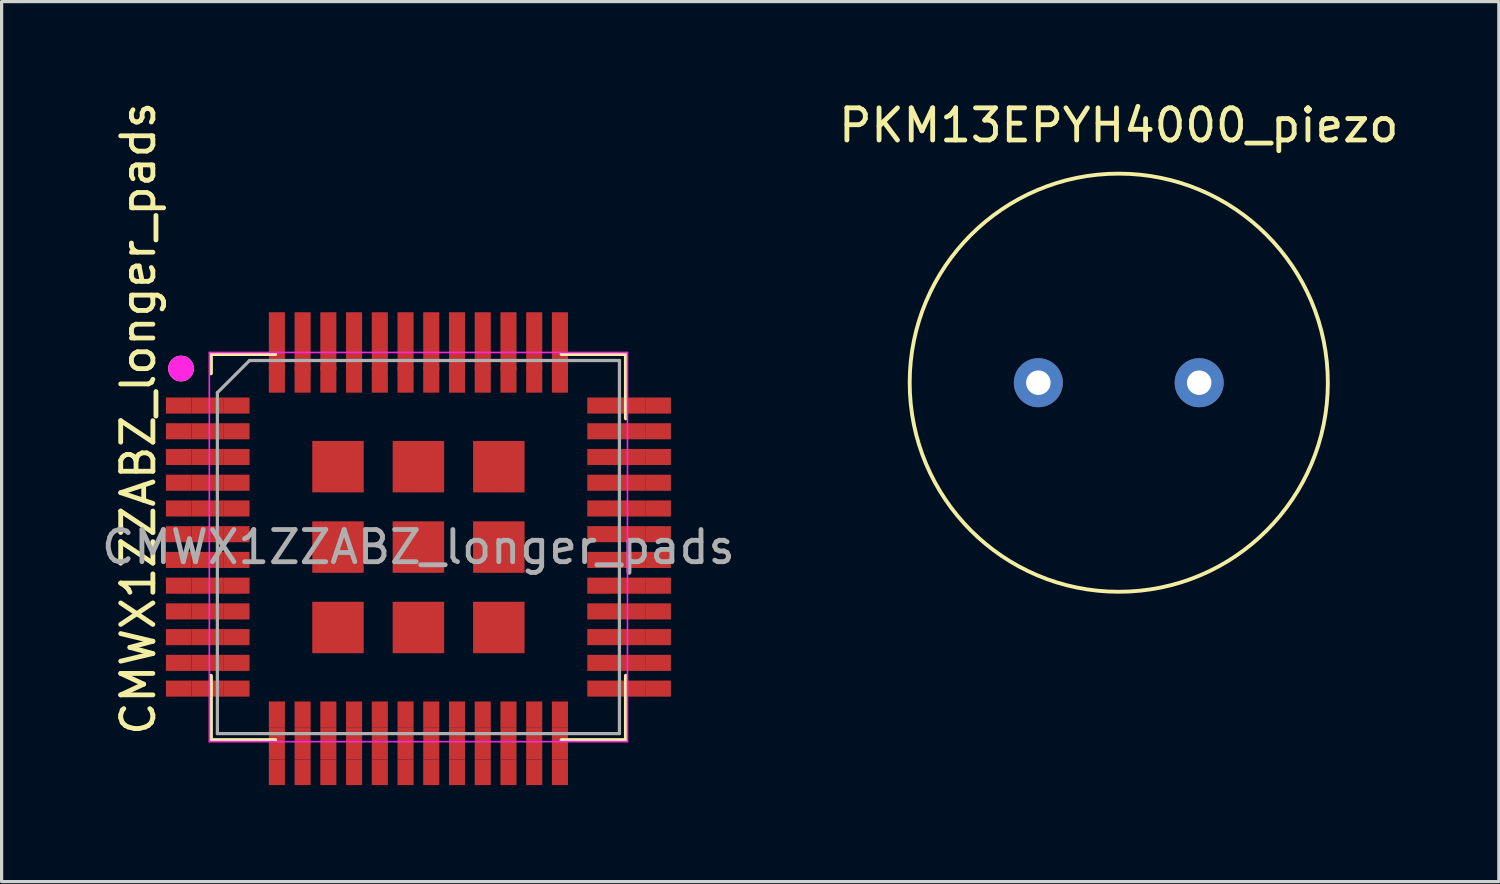
<source format=kicad_pcb>
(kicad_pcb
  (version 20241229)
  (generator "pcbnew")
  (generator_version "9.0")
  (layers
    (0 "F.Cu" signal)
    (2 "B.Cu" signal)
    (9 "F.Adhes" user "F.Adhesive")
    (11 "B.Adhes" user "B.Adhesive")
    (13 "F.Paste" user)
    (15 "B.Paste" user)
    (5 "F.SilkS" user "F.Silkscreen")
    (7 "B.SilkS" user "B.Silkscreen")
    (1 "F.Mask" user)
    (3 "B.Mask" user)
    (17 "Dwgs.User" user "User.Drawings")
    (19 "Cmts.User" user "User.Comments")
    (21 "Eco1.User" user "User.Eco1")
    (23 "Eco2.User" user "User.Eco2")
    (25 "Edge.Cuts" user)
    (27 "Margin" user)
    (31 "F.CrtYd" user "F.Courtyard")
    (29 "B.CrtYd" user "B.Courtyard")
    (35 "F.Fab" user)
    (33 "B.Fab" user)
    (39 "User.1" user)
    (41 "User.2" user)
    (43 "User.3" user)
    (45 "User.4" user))
  (footprint "CMWX1ZZABZ_longer_pads"
    (layer "F.Cu")
    (at 9.958 13.958)
    (property "Reference" "CMWX1ZZABZ_longer_pads" (at -8.71 -4 270) (layer "F.SilkS") (effects (font (size 1 1) (thickness 0.15))))
    (attr smd)
    (fp_line (start -6.45 -6) (end -6.45 -5.4) (stroke (width 0.12) (type solid)) (layer "F.SilkS"))
    (fp_line (start -6.45 -6) (end -4.45 -6) (stroke (width 0.12) (type solid)) (layer "F.SilkS"))
    (fp_line (start -6.45 4) (end -6.45 6) (stroke (width 0.12) (type solid)) (layer "F.SilkS"))
    (fp_line (start -6.45 6) (end -4.45 6) (stroke (width 0.12) (type solid)) (layer "F.SilkS"))
    (fp_line (start 4.45 -6) (end 6.45 -6) (stroke (width 0.12) (type solid)) (layer "F.SilkS"))
    (fp_line (start 4.45 6) (end 6.45 6) (stroke (width 0.12) (type solid)) (layer "F.SilkS"))
    (fp_line (start 6.45 -6) (end 6.45 -4) (stroke (width 0.12) (type solid)) (layer "F.SilkS"))
    (fp_line (start 6.45 4) (end 6.45 6) (stroke (width 0.12) (type solid)) (layer "F.SilkS"))
    (fp_circle (center -7.38 -5.55) (end -7.18 -5.55) (stroke (width 0.4) (type solid)) (fill no) (layer "F.SilkS"))
    (fp_line (start -6.5 -6.05) (end 6.5 -6.05) (stroke (width 0.05) (type solid)) (layer "F.CrtYd"))
    (fp_line (start -6.5 6.05) (end -6.5 -6.05) (stroke (width 0.05) (type solid)) (layer "F.CrtYd"))
    (fp_line (start -6.5 6.05) (end 6.5 6.05) (stroke (width 0.05) (type solid)) (layer "F.CrtYd"))
    (fp_line (start 6.5 -6.05) (end 6.5 6.05) (stroke (width 0.05) (type solid)) (layer "F.CrtYd"))
    (fp_circle (center -7.38 -5.55) (end -7.18 -5.55) (stroke (width 0.4) (type solid)) (fill no) (layer "F.CrtYd"))
    (fp_line (start -6.25 -4.8) (end -6.25 5.8) (stroke (width 0.1) (type solid)) (layer "F.Fab"))
    (fp_line (start -6.25 5.8) (end 6.25 5.8) (stroke (width 0.1) (type solid)) (layer "F.Fab"))
    (fp_line (start -5.25 -5.8) (end -6.25 -4.8) (stroke (width 0.1) (type solid)) (layer "F.Fab"))
    (fp_line (start -5.25 -5.8) (end 6.25 -5.8) (stroke (width 0.1) (type solid)) (layer "F.Fab"))
    (fp_line (start 6.25 -5.8) (end 6.25 5.8) (stroke (width 0.1) (type solid)) (layer "F.Fab"))
    (fp_text user "${REFERENCE}" (at 0 0 0) (layer "F.Fab") (effects (font (size 1 1) (thickness 0.15))))
    (pad "1" smd rect (at -7.45 -4.4) (size 0.8 0.5) (layers "F.Cu" "F.Mask" "F.Paste"))
    (pad "1" connect rect (at -6.55 -4.4) (size 1 0.5) (layers "F.Cu"))
    (pad "1" smd rect (at -5.65 -4.4) (size 0.8 0.5) (layers "F.Cu" "F.Mask" "F.Paste"))
    (pad "2" smd rect (at -7.45 -3.6) (size 0.8 0.5) (layers "F.Cu" "F.Mask" "F.Paste"))
    (pad "2" connect rect (at -6.55 -3.6) (size 1 0.5) (layers "F.Cu"))
    (pad "2" smd rect (at -5.65 -3.6) (size 0.8 0.5) (layers "F.Cu" "F.Mask" "F.Paste"))
    (pad "3" smd rect (at -7.45 -2.8) (size 0.8 0.5) (layers "F.Cu" "F.Mask" "F.Paste"))
    (pad "3" connect rect (at -6.55 -2.8) (size 1 0.5) (layers "F.Cu"))
    (pad "3" smd rect (at -5.65 -2.8) (size 0.8 0.5) (layers "F.Cu" "F.Mask" "F.Paste"))
    (pad "4" smd rect (at -7.45 -2) (size 0.8 0.5) (layers "F.Cu" "F.Mask" "F.Paste"))
    (pad "4" connect rect (at -6.55 -2) (size 1 0.5) (layers "F.Cu"))
    (pad "4" smd rect (at -5.65 -2) (size 0.8 0.5) (layers "F.Cu" "F.Mask" "F.Paste"))
    (pad "5" smd rect (at -7.45 -1.2) (size 0.8 0.5) (layers "F.Cu" "F.Mask" "F.Paste"))
    (pad "5" connect rect (at -6.55 -1.2) (size 1 0.5) (layers "F.Cu"))
    (pad "5" smd rect (at -5.65 -1.2) (size 0.8 0.5) (layers "F.Cu" "F.Mask" "F.Paste"))
    (pad "6" smd rect (at -7.45 -0.4) (size 0.8 0.5) (layers "F.Cu" "F.Mask" "F.Paste"))
    (pad "6" connect rect (at -6.55 -0.4) (size 1 0.5) (layers "F.Cu"))
    (pad "6" smd rect (at -5.65 -0.4) (size 0.8 0.5) (layers "F.Cu" "F.Mask" "F.Paste"))
    (pad "7" smd rect (at -7.45 0.4) (size 0.8 0.5) (layers "F.Cu" "F.Mask" "F.Paste"))
    (pad "7" connect rect (at -6.55 0.4) (size 1 0.5) (layers "F.Cu"))
    (pad "7" smd rect (at -5.65 0.4) (size 0.8 0.5) (layers "F.Cu" "F.Mask" "F.Paste"))
    (pad "8" smd rect (at -7.45 1.2) (size 0.8 0.5) (layers "F.Cu" "F.Mask" "F.Paste"))
    (pad "8" connect rect (at -6.55 1.2) (size 1 0.5) (layers "F.Cu"))
    (pad "8" smd rect (at -5.65 1.2) (size 0.8 0.5) (layers "F.Cu" "F.Mask" "F.Paste"))
    (pad "9" smd rect (at -7.45 2) (size 0.8 0.5) (layers "F.Cu" "F.Mask" "F.Paste"))
    (pad "9" connect rect (at -6.55 2) (size 1 0.5) (layers "F.Cu"))
    (pad "9" smd rect (at -5.65 2) (size 0.8 0.5) (layers "F.Cu" "F.Mask" "F.Paste"))
    (pad "10" smd rect (at -7.45 2.8) (size 0.8 0.5) (layers "F.Cu" "F.Mask" "F.Paste"))
    (pad "10" connect rect (at -6.55 2.8) (size 1 0.5) (layers "F.Cu"))
    (pad "10" smd rect (at -5.65 2.8) (size 0.8 0.5) (layers "F.Cu" "F.Mask" "F.Paste"))
    (pad "11" smd rect (at -7.45 3.6) (size 0.8 0.5) (layers "F.Cu" "F.Mask" "F.Paste"))
    (pad "11" connect rect (at -6.55 3.6) (size 1 0.5) (layers "F.Cu"))
    (pad "11" smd rect (at -5.65 3.6) (size 0.8 0.5) (layers "F.Cu" "F.Mask" "F.Paste"))
    (pad "12" smd rect (at -7.45 4.4) (size 0.8 0.5) (layers "F.Cu" "F.Mask" "F.Paste"))
    (pad "12" connect rect (at -6.55 4.4) (size 1 0.5) (layers "F.Cu"))
    (pad "12" smd rect (at -5.65 4.4) (size 0.8 0.5) (layers "F.Cu" "F.Mask" "F.Paste"))
    (pad "13" smd rect (at -4.4 5.2 90) (size 0.8 0.5) (layers "F.Cu" "F.Mask" "F.Paste"))
    (pad "13" connect rect (at -4.4 6.1 90) (size 1 0.5) (layers "F.Cu"))
    (pad "13" smd rect (at -4.4 7 270) (size 0.8 0.5) (layers "F.Cu" "F.Mask" "F.Paste"))
    (pad "14" smd rect (at -3.6 5.2 90) (size 0.8 0.5) (layers "F.Cu" "F.Mask" "F.Paste"))
    (pad "14" connect rect (at -3.6 6.1 90) (size 1 0.5) (layers "F.Cu"))
    (pad "14" smd rect (at -3.6 7 270) (size 0.8 0.5) (layers "F.Cu" "F.Mask" "F.Paste"))
    (pad "15" smd rect (at -2.8 5.2 90) (size 0.8 0.5) (layers "F.Cu" "F.Mask" "F.Paste"))
    (pad "15" connect rect (at -2.8 6.1 90) (size 1 0.5) (layers "F.Cu"))
    (pad "15" smd rect (at -2.8 7 270) (size 0.8 0.5) (layers "F.Cu" "F.Mask" "F.Paste"))
    (pad "16" smd rect (at -2 5.2 90) (size 0.8 0.5) (layers "F.Cu" "F.Mask" "F.Paste"))
    (pad "16" connect rect (at -2 6.1 90) (size 1 0.5) (layers "F.Cu"))
    (pad "16" smd rect (at -2 7 270) (size 0.8 0.5) (layers "F.Cu" "F.Mask" "F.Paste"))
    (pad "17" smd rect (at -1.2 5.2 90) (size 0.8 0.5) (layers "F.Cu" "F.Mask" "F.Paste"))
    (pad "17" connect rect (at -1.2 6.1 90) (size 1 0.5) (layers "F.Cu"))
    (pad "17" smd rect (at -1.2 7 270) (size 0.8 0.5) (layers "F.Cu" "F.Mask" "F.Paste"))
    (pad "18" smd rect (at -0.4 5.2 90) (size 0.8 0.5) (layers "F.Cu" "F.Mask" "F.Paste"))
    (pad "18" connect rect (at -0.4 6.1 90) (size 1 0.5) (layers "F.Cu"))
    (pad "18" smd rect (at -0.4 7 270) (size 0.8 0.5) (layers "F.Cu" "F.Mask" "F.Paste"))
    (pad "19" smd rect (at 0.4 5.2 90) (size 0.8 0.5) (layers "F.Cu" "F.Mask" "F.Paste"))
    (pad "19" connect rect (at 0.4 6.1 90) (size 1 0.5) (layers "F.Cu"))
    (pad "19" smd rect (at 0.4 7 270) (size 0.8 0.5) (layers "F.Cu" "F.Mask" "F.Paste"))
    (pad "20" smd rect (at 1.2 5.2 270) (size 0.8 0.5) (layers "F.Cu" "F.Mask" "F.Paste"))
    (pad "20" connect rect (at 1.2 6.1 90) (size 1 0.5) (layers "F.Cu"))
    (pad "20" smd rect (at 1.2 7 270) (size 0.8 0.5) (layers "F.Cu" "F.Mask" "F.Paste"))
    (pad "21" smd rect (at 2 5.2 270) (size 0.8 0.5) (layers "F.Cu" "F.Mask" "F.Paste"))
    (pad "21" connect rect (at 2 6.1 90) (size 1 0.5) (layers "F.Cu"))
    (pad "21" smd rect (at 2 7 270) (size 0.8 0.5) (layers "F.Cu" "F.Mask" "F.Paste"))
    (pad "22" smd rect (at 2.8 5.2 270) (size 0.8 0.5) (layers "F.Cu" "F.Mask" "F.Paste"))
    (pad "22" connect rect (at 2.8 6.1 90) (size 1 0.5) (layers "F.Cu"))
    (pad "22" smd rect (at 2.8 7 270) (size 0.8 0.5) (layers "F.Cu" "F.Mask" "F.Paste"))
    (pad "23" smd rect (at 3.6 5.2 270) (size 0.8 0.5) (layers "F.Cu" "F.Mask" "F.Paste"))
    (pad "23" connect rect (at 3.6 6.1 90) (size 1 0.5) (layers "F.Cu"))
    (pad "23" smd rect (at 3.6 7 270) (size 0.8 0.5) (layers "F.Cu" "F.Mask" "F.Paste"))
    (pad "24" smd rect (at 4.4 5.2 270) (size 0.8 0.5) (layers "F.Cu" "F.Mask" "F.Paste"))
    (pad "24" connect rect (at 4.4 6.1 90) (size 1 0.5) (layers "F.Cu"))
    (pad "24" smd rect (at 4.4 7 270) (size 0.8 0.5) (layers "F.Cu" "F.Mask" "F.Paste"))
    (pad "25" smd rect (at 5.65 4.4) (size 0.8 0.5) (layers "F.Cu" "F.Mask" "F.Paste"))
    (pad "25" connect rect (at 6.55 4.4) (size 1 0.5) (layers "F.Cu"))
    (pad "25" smd rect (at 7.45 4.4) (size 0.8 0.5) (layers "F.Cu" "F.Mask" "F.Paste"))
    (pad "26" smd rect (at 5.65 3.6) (size 0.8 0.5) (layers "F.Cu" "F.Mask" "F.Paste"))
    (pad "26" connect rect (at 6.55 3.6) (size 1 0.5) (layers "F.Cu"))
    (pad "26" smd rect (at 7.45 3.6) (size 0.8 0.5) (layers "F.Cu" "F.Mask" "F.Paste"))
    (pad "27" smd rect (at 5.65 2.8) (size 0.8 0.5) (layers "F.Cu" "F.Mask" "F.Paste"))
    (pad "27" connect rect (at 6.55 2.8) (size 1 0.5) (layers "F.Cu"))
    (pad "27" smd rect (at 7.45 2.8) (size 0.8 0.5) (layers "F.Cu" "F.Mask" "F.Paste"))
    (pad "28" smd rect (at 5.65 2) (size 0.8 0.5) (layers "F.Cu" "F.Mask" "F.Paste"))
    (pad "28" connect rect (at 6.55 2) (size 1 0.5) (layers "F.Cu"))
    (pad "28" smd rect (at 7.45 2) (size 0.8 0.5) (layers "F.Cu" "F.Mask" "F.Paste"))
    (pad "29" smd rect (at 5.65 1.2) (size 0.8 0.5) (layers "F.Cu" "F.Mask" "F.Paste"))
    (pad "29" connect rect (at 6.55 1.2) (size 1 0.5) (layers "F.Cu"))
    (pad "29" smd rect (at 7.45 1.2) (size 0.8 0.5) (layers "F.Cu" "F.Mask" "F.Paste"))
    (pad "30" smd rect (at 5.65 0.4) (size 0.8 0.5) (layers "F.Cu" "F.Mask" "F.Paste"))
    (pad "30" connect rect (at 6.55 0.4) (size 1 0.5) (layers "F.Cu"))
    (pad "30" smd rect (at 7.45 0.4) (size 0.8 0.5) (layers "F.Cu" "F.Mask" "F.Paste"))
    (pad "31" smd rect (at 5.65 -0.4) (size 0.8 0.5) (layers "F.Cu" "F.Mask" "F.Paste"))
    (pad "31" connect rect (at 6.55 -0.4) (size 1 0.5) (layers "F.Cu"))
    (pad "31" smd rect (at 7.45 -0.4) (size 0.8 0.5) (layers "F.Cu" "F.Mask" "F.Paste"))
    (pad "32" smd rect (at 5.65 -1.2) (size 0.8 0.5) (layers "F.Cu" "F.Mask" "F.Paste"))
    (pad "32" connect rect (at 6.55 -1.2) (size 1 0.5) (layers "F.Cu"))
    (pad "32" smd rect (at 7.45 -1.2) (size 0.8 0.5) (layers "F.Cu" "F.Mask" "F.Paste"))
    (pad "33" smd rect (at 5.65 -2) (size 0.8 0.5) (layers "F.Cu" "F.Mask" "F.Paste"))
    (pad "33" connect rect (at 6.55 -2) (size 1 0.5) (layers "F.Cu"))
    (pad "33" smd rect (at 7.45 -2) (size 0.8 0.5) (layers "F.Cu" "F.Mask" "F.Paste"))
    (pad "34" smd rect (at 5.65 -2.8) (size 0.8 0.5) (layers "F.Cu" "F.Mask" "F.Paste"))
    (pad "34" connect rect (at 6.55 -2.8) (size 1 0.5) (layers "F.Cu"))
    (pad "34" smd rect (at 7.45 -2.8) (size 0.8 0.5) (layers "F.Cu" "F.Mask" "F.Paste"))
    (pad "35" smd rect (at 5.65 -3.6) (size 0.8 0.5) (layers "F.Cu" "F.Mask" "F.Paste"))
    (pad "35" connect rect (at 6.55 -3.6) (size 1 0.5) (layers "F.Cu"))
    (pad "35" smd rect (at 7.45 -3.6) (size 0.8 0.5) (layers "F.Cu" "F.Mask" "F.Paste"))
    (pad "36" smd rect (at 5.65 -4.4) (size 0.8 0.5) (layers "F.Cu" "F.Mask" "F.Paste"))
    (pad "36" connect rect (at 6.55 -4.4) (size 1 0.5) (layers "F.Cu"))
    (pad "36" smd rect (at 7.45 -4.4) (size 0.8 0.5) (layers "F.Cu" "F.Mask" "F.Paste"))
    (pad "37" smd rect (at 4.4 -6.9 90) (size 0.8 0.5) (layers "F.Cu" "F.Mask" "F.Paste"))
    (pad "37" connect rect (at 4.4 -6 90) (size 1 0.5) (layers "F.Cu"))
    (pad "37" smd rect (at 4.4 -5.2 90) (size 0.8 0.5) (layers "F.Cu" "F.Mask" "F.Paste"))
    (pad "38" smd rect (at 3.6 -6.9 90) (size 0.8 0.5) (layers "F.Cu" "F.Mask" "F.Paste"))
    (pad "38" connect rect (at 3.6 -6 90) (size 1 0.5) (layers "F.Cu"))
    (pad "38" smd rect (at 3.6 -5.2 90) (size 0.8 0.5) (layers "F.Cu" "F.Mask" "F.Paste"))
    (pad "39" smd rect (at 2.8 -6.9 90) (size 0.8 0.5) (layers "F.Cu" "F.Mask" "F.Paste"))
    (pad "39" connect rect (at 2.8 -6 90) (size 1 0.5) (layers "F.Cu"))
    (pad "39" smd rect (at 2.8 -5.2 90) (size 0.8 0.5) (layers "F.Cu" "F.Mask" "F.Paste"))
    (pad "40" smd rect (at 2 -6.9 90) (size 0.8 0.5) (layers "F.Cu" "F.Mask" "F.Paste"))
    (pad "40" connect rect (at 2 -6 90) (size 1 0.5) (layers "F.Cu"))
    (pad "40" smd rect (at 2 -5.2 90) (size 0.8 0.5) (layers "F.Cu" "F.Mask" "F.Paste"))
    (pad "41" smd rect (at 1.2 -6.9 90) (size 0.8 0.5) (layers "F.Cu" "F.Mask" "F.Paste"))
    (pad "41" connect rect (at 1.2 -6 90) (size 1 0.5) (layers "F.Cu"))
    (pad "41" smd rect (at 1.2 -5.2 90) (size 0.8 0.5) (layers "F.Cu" "F.Mask" "F.Paste"))
    (pad "42" smd rect (at 0.4 -6.9 90) (size 0.8 0.5) (layers "F.Cu" "F.Mask" "F.Paste"))
    (pad "42" connect rect (at 0.4 -6 90) (size 1 0.5) (layers "F.Cu"))
    (pad "42" smd rect (at 0.4 -5.2 90) (size 0.8 0.5) (layers "F.Cu" "F.Mask" "F.Paste"))
    (pad "43" smd rect (at -0.4 -6.9 90) (size 0.8 0.5) (layers "F.Cu" "F.Mask" "F.Paste"))
    (pad "43" connect rect (at -0.4 -6 90) (size 1 0.5) (layers "F.Cu"))
    (pad "43" smd rect (at -0.4 -5.2 90) (size 0.8 0.5) (layers "F.Cu" "F.Mask" "F.Paste"))
    (pad "44" smd rect (at -1.2 -6.9 90) (size 0.8 0.5) (layers "F.Cu" "F.Mask" "F.Paste"))
    (pad "44" connect rect (at -1.2 -6 90) (size 1 0.5) (layers "F.Cu"))
    (pad "44" smd rect (at -1.2 -5.2 90) (size 0.8 0.5) (layers "F.Cu" "F.Mask" "F.Paste"))
    (pad "45" smd rect (at -2 -6.9 90) (size 0.8 0.5) (layers "F.Cu" "F.Mask" "F.Paste"))
    (pad "45" connect rect (at -2 -6 90) (size 1 0.5) (layers "F.Cu"))
    (pad "45" smd rect (at -2 -5.2 90) (size 0.8 0.5) (layers "F.Cu" "F.Mask" "F.Paste"))
    (pad "46" smd rect (at -2.8 -6.9 90) (size 0.8 0.5) (layers "F.Cu" "F.Mask" "F.Paste"))
    (pad "46" connect rect (at -2.8 -6 90) (size 1 0.5) (layers "F.Cu"))
    (pad "46" smd rect (at -2.8 -5.2 90) (size 0.8 0.5) (layers "F.Cu" "F.Mask" "F.Paste"))
    (pad "47" smd rect (at -3.6 -6.9 90) (size 0.8 0.5) (layers "F.Cu" "F.Mask" "F.Paste"))
    (pad "47" connect rect (at -3.6 -6 90) (size 1 0.5) (layers "F.Cu"))
    (pad "47" smd rect (at -3.6 -5.2 90) (size 0.8 0.5) (layers "F.Cu" "F.Mask" "F.Paste"))
    (pad "48" smd rect (at -4.4 -6.9 90) (size 0.8 0.5) (layers "F.Cu" "F.Mask" "F.Paste"))
    (pad "48" connect rect (at -4.4 -6 90) (size 1 0.5) (layers "F.Cu"))
    (pad "48" smd rect (at -4.4 -5.2 90) (size 0.8 0.5) (layers "F.Cu" "F.Mask" "F.Paste"))
    (pad "49" smd rect (at -2.5 -2.5 90) (size 1.6 1.6) (layers "F.Cu" "F.Mask" "F.Paste"))
    (pad "50" smd rect (at 0 -2.5 90) (size 1.6 1.6) (layers "F.Cu" "F.Mask" "F.Paste"))
    (pad "51" smd rect (at 2.5 -2.5 90) (size 1.6 1.6) (layers "F.Cu" "F.Mask" "F.Paste"))
    (pad "52" smd rect (at -2.5 0 90) (size 1.6 1.6) (layers "F.Cu" "F.Mask" "F.Paste"))
    (pad "53" smd rect (at 0 0 90) (size 1.6 1.6) (layers "F.Cu" "F.Mask" "F.Paste"))
    (pad "54" smd rect (at 2.5 0 90) (size 1.6 1.6) (layers "F.Cu" "F.Mask" "F.Paste"))
    (pad "55" smd rect (at -2.5 2.5 90) (size 1.6 1.6) (layers "F.Cu" "F.Mask" "F.Paste"))
    (pad "56" smd rect (at 0 2.5 90) (size 1.6 1.6) (layers "F.Cu" "F.Mask" "F.Paste"))
    (pad "57" smd rect (at 2.5 2.5 90) (size 1.6 1.6) (layers "F.Cu" "F.Mask" "F.Paste")))
  (footprint "PKM13EPYH4000_piezo"
    (layer "F.Cu")
    (at 31.732 8.848)
    (property "Reference" "PKM13EPYH4000_piezo" (at 0 -8 0) (layer "F.SilkS") (effects (font (size 1 1) (thickness 0.15))))
    (attr through_hole)
    (fp_circle (center 0 0) (end 6.5 0) (stroke (width 0.12) (type solid)) (fill no) (layer "F.SilkS"))
    (pad "1" thru_hole circle (at 2.5 0) (size 1.524 1.524) (drill 0.762) (layers "*.Cu" "*.Mask"))
    (pad "2" thru_hole circle (at -2.5 0) (size 1.524 1.524) (drill 0.762) (layers "*.Cu" "*.Mask")))
  (gr_rect
    (start -3 -3)
    (end 43.548 24.358)
    (stroke (width 0.1) (type default))
    (fill no)
    (layer "Edge.Cuts")))
</source>
